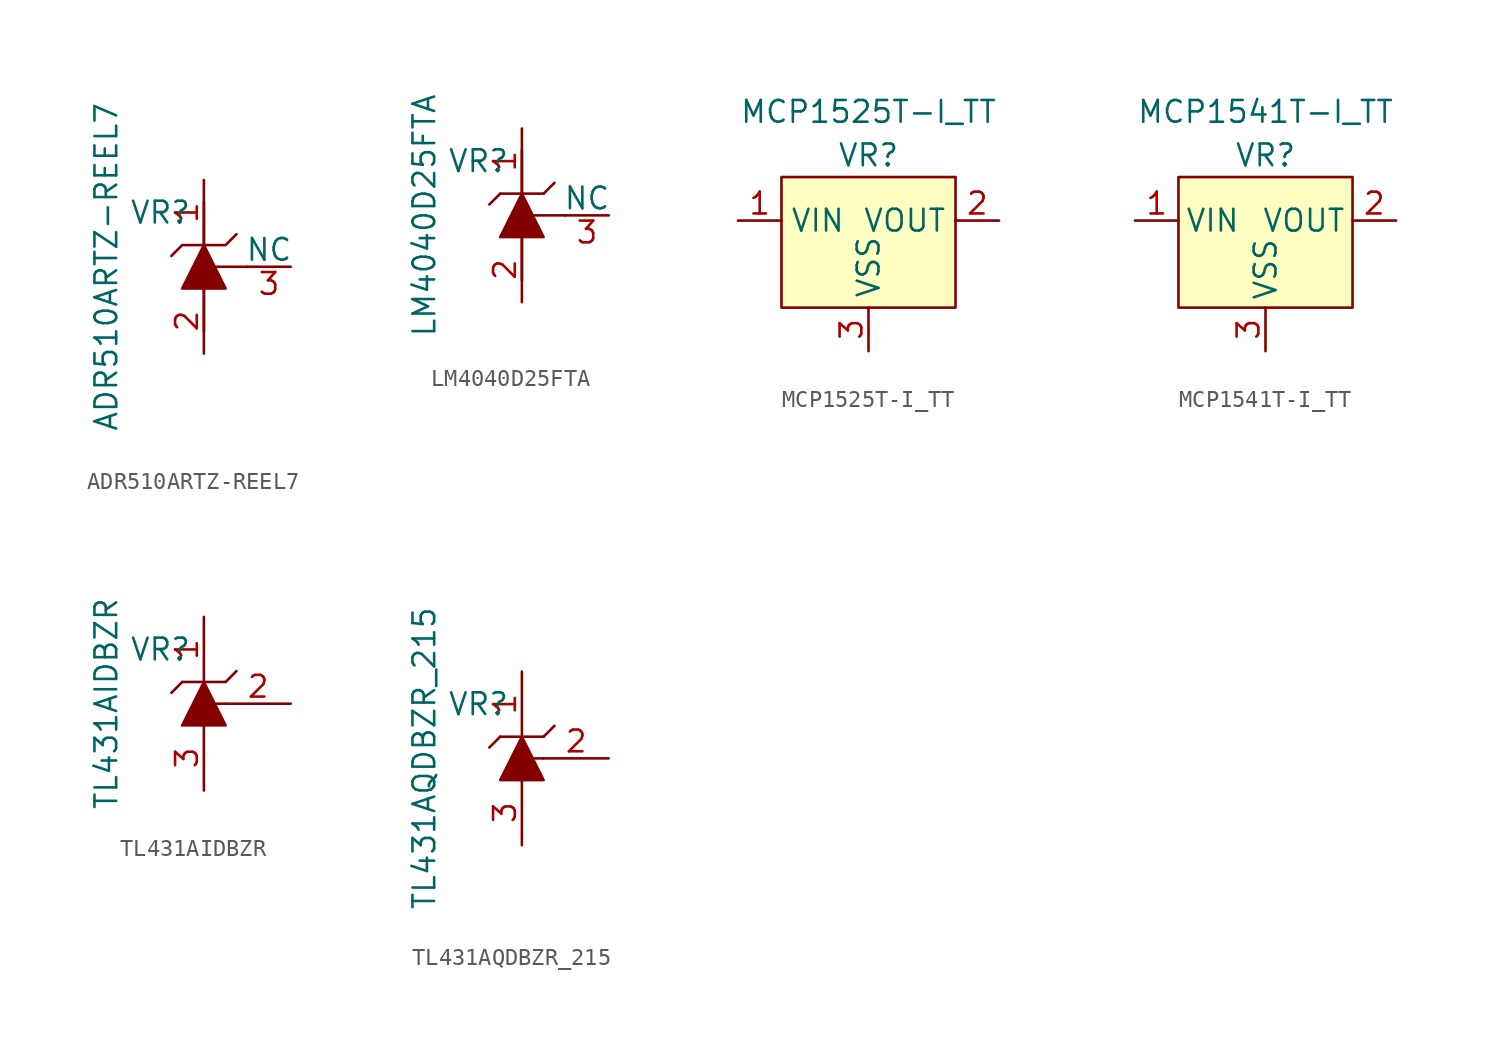
<source format=kicad_sym>
(kicad_symbol_lib
  (version 20231120)
  (generator "kicad_symbol_editor")
  (generator_version "8.0")
  (symbol "ADR510ARTZ-REEL7"
    (pin_names
      (offset 0))
    (property "Reference" "VR"
      (at -2.54 3.175 0)
      (effects (font (size 1.27 1.27))))
    (property "Value" "ADR510ARTZ-REEL7"
      (at -5.715 0 90)
      (effects (font (size 1.27 1.27))))
    (symbol "ADR510ARTZ-REEL7_0_1"
      (polyline (pts (xy 0 -1.27) (xy 0 -3.81)) (stroke (width 0) (type default)) (fill (type none)))
      (polyline (pts (xy 0 1.27) (xy 0 3.81)) (stroke (width 0) (type default)) (fill (type none)))
      (polyline (pts (xy 2.54 0) (xy 0.635 0)) (stroke (width 0) (type default)) (fill (type none)))
      (polyline (pts (xy 0 1.27) (xy 1.27 -1.27) (xy -1.27 -1.27) (xy 0 1.27)) (stroke (width 0) (type default)) (fill (type outline)))
      (polyline (pts (xy 1.905 1.905) (xy 1.27 1.27) (xy -1.27 1.27) (xy -1.905 0.635)) (stroke (width 0) (type default)) (fill (type none))))
    (symbol "ADR510ARTZ-REEL7_1_1"
      (pin passive line (at 0 5.08 270) (length 3.81) (name "~" (effects (font (size 1.27 1.27)))) (number "1" (effects (font (size 1.27 1.27)))))
      (pin passive line (at 0 -5.08 90) (length 3.81) (name "~" (effects (font (size 1.27 1.27)))) (number "2" (effects (font (size 1.27 1.27)))))
      (pin unspecified line (at 5.08 0 180) (length 2.54) (name "NC" (effects (font (size 1.27 1.27)))) (number "3" (effects (font (size 1.27 1.27)))))))
  (symbol "LM4040D25FTA"
    (pin_names
      (offset 0))
    (property "Reference" "VR"
      (at -2.54 3.175 0)
      (effects (font (size 1.27 1.27))))
    (property "Value" "LM4040D25FTA"
      (at -5.715 0 90)
      (effects (font (size 1.27 1.27))))
    (symbol "LM4040D25FTA_0_1"
      (polyline (pts (xy -1.27 1.27) (xy -1.905 0.635)) (stroke (width 0) (type default)) (fill (type none)))
      (polyline (pts (xy -1.27 1.27) (xy 1.27 1.27)) (stroke (width 0) (type default)) (fill (type none)))
      (polyline (pts (xy 0 -3.81) (xy 0 -1.27)) (stroke (width 0) (type default)) (fill (type outline)))
      (polyline (pts (xy 0 1.27) (xy 0 3.81)) (stroke (width 0) (type default)) (fill (type none)))
      (polyline (pts (xy 1.27 1.27) (xy 1.905 1.905)) (stroke (width 0) (type default)) (fill (type none)))
      (polyline (pts (xy 2.54 0) (xy 0.635 0)) (stroke (width 0) (type default)) (fill (type none)))
      (polyline (pts (xy -1.27 -1.27) (xy 1.27 -1.27) (xy 0 1.27) (xy -1.27 -1.27)) (stroke (width 0) (type default)) (fill (type outline))))
    (symbol "LM4040D25FTA_1_1"
      (pin passive line (at 0 5.08 270) (length 3.81) (name "~" (effects (font (size 1.27 1.27)))) (number "1" (effects (font (size 1.27 1.27)))))
      (pin passive line (at 0 -5.08 90) (length 3.81) (name "~" (effects (font (size 1.27 1.27)))) (number "2" (effects (font (size 1.27 1.27)))))
      (pin unspecified line (at 5.08 0 180) (length 2.54) (name "NC" (effects (font (size 1.27 1.27)))) (number "3" (effects (font (size 1.27 1.27)))))))
  (symbol "MCP1525T-I_TT"
    (property "Reference" "VR"
      (at 0 3.81 0)
      (effects (font (size 1.27 1.27))))
    (property "Value" "MCP1525T-I_TT"
      (at 0 6.35 0)
      (effects (font (size 1.27 1.27))))
    (symbol "MCP1525T-I_TT_0_1"
      (rectangle (start -5.08 2.54) (end 5.08 -5.08) (stroke (width 0) (type default)) (fill (type background))))
    (symbol "MCP1525T-I_TT_1_1"
      (pin power_in line (at -7.62 0 0) (length 2.54) (name "VIN" (effects (font (size 1.27 1.27)))) (number "1" (effects (font (size 1.27 1.27)))))
      (pin output line (at 7.62 0 180) (length 2.54) (name "VOUT" (effects (font (size 1.27 1.27)))) (number "2" (effects (font (size 1.27 1.27)))))
      (pin power_in line (at 0 -7.62 90) (length 2.54) (name "VSS" (effects (font (size 1.27 1.27)))) (number "3" (effects (font (size 1.27 1.27)))))))
  (symbol "MCP1541T-I_TT"
    (pin_names
      (offset 0.381))
    (property "Reference" "VR"
      (at 0 3.81 0)
      (effects (font (size 1.27 1.27))))
    (property "Value" "MCP1541T-I_TT"
      (at 0 6.35 0)
      (effects (font (size 1.27 1.27))))
    (symbol "MCP1541T-I_TT_0_1"
      (rectangle (start -5.08 2.54) (end 5.08 -5.08) (stroke (width 0) (type default)) (fill (type background))))
    (symbol "MCP1541T-I_TT_1_1"
      (pin power_in line (at -7.62 0 0) (length 2.54) (name "VIN" (effects (font (size 1.27 1.27)))) (number "1" (effects (font (size 1.27 1.27)))))
      (pin output line (at 7.62 0 180) (length 2.54) (name "VOUT" (effects (font (size 1.27 1.27)))) (number "2" (effects (font (size 1.27 1.27)))))
      (pin power_in line (at 0 -7.62 90) (length 2.54) (name "VSS" (effects (font (size 1.27 1.27)))) (number "3" (effects (font (size 1.27 1.27)))))))
  (symbol "TL431AIDBZR"
    (pin_names
      (offset 0) hide)
    (property "Reference" "VR"
      (at -2.54 3.175 0)
      (effects (font (size 1.27 1.27))))
    (property "Value" "TL431AIDBZR"
      (at -5.715 0 90)
      (effects (font (size 1.27 1.27))))
    (symbol "TL431AIDBZR_0_1"
      (polyline (pts (xy -1.905 0.635) (xy -1.27 1.27)) (stroke (width 0) (type default)) (fill (type none)))
      (polyline (pts (xy -1.27 1.27) (xy 1.27 1.27)) (stroke (width 0) (type default)) (fill (type none)))
      (polyline (pts (xy 0.635 0) (xy 1.27 0)) (stroke (width 0) (type default)) (fill (type none)))
      (polyline (pts (xy 1.27 1.27) (xy 1.905 1.905)) (stroke (width 0) (type default)) (fill (type none)))
      (polyline (pts (xy -1.27 -1.27) (xy 1.27 -1.27) (xy 0 1.27) (xy -1.27 -1.27)) (stroke (width 0) (type default)) (fill (type outline))))
    (symbol "TL431AIDBZR_1_1"
      (pin passive line (at 0 5.08 270) (length 3.81) (name "K" (effects (font (size 1.27 1.27)))) (number "1" (effects (font (size 1.27 1.27)))))
      (pin passive line (at 5.08 0 180) (length 3.81) (name "REF" (effects (font (size 1.27 1.27)))) (number "2" (effects (font (size 1.27 1.27)))))
      (pin passive line (at 0 -5.08 90) (length 3.81) (name "A" (effects (font (size 1.27 1.27)))) (number "3" (effects (font (size 1.27 1.27)))))))
  (symbol "TL431AQDBZR_215"
    (pin_names
      (offset 0) hide)
    (property "Reference" "VR"
      (at -2.54 3.175 0)
      (effects (font (size 1.27 1.27))))
    (property "Value" "TL431AQDBZR_215"
      (at -5.715 0 90)
      (effects (font (size 1.27 1.27))))
    (symbol "TL431AQDBZR_215_0_1"
      (polyline (pts (xy -1.905 0.635) (xy -1.27 1.27)) (stroke (width 0) (type default)) (fill (type none)))
      (polyline (pts (xy -1.27 1.27) (xy 1.27 1.27)) (stroke (width 0) (type default)) (fill (type none)))
      (polyline (pts (xy 0.635 0) (xy 1.27 0)) (stroke (width 0) (type default)) (fill (type none)))
      (polyline (pts (xy 1.27 1.27) (xy 1.905 1.905)) (stroke (width 0) (type default)) (fill (type none)))
      (polyline (pts (xy -1.27 -1.27) (xy 1.27 -1.27) (xy 0 1.27) (xy -1.27 -1.27)) (stroke (width 0) (type default)) (fill (type outline))))
    (symbol "TL431AQDBZR_215_1_1"
      (pin passive line (at 0 5.08 270) (length 3.81) (name "K" (effects (font (size 1.27 1.27)))) (number "1" (effects (font (size 1.27 1.27)))))
      (pin passive line (at 5.08 0 180) (length 3.81) (name "REF" (effects (font (size 1.27 1.27)))) (number "2" (effects (font (size 1.27 1.27)))))
      (pin passive line (at 0 -5.08 90) (length 3.81) (name "A" (effects (font (size 1.27 1.27)))) (number "3" (effects (font (size 1.27 1.27))))))))
</source>
